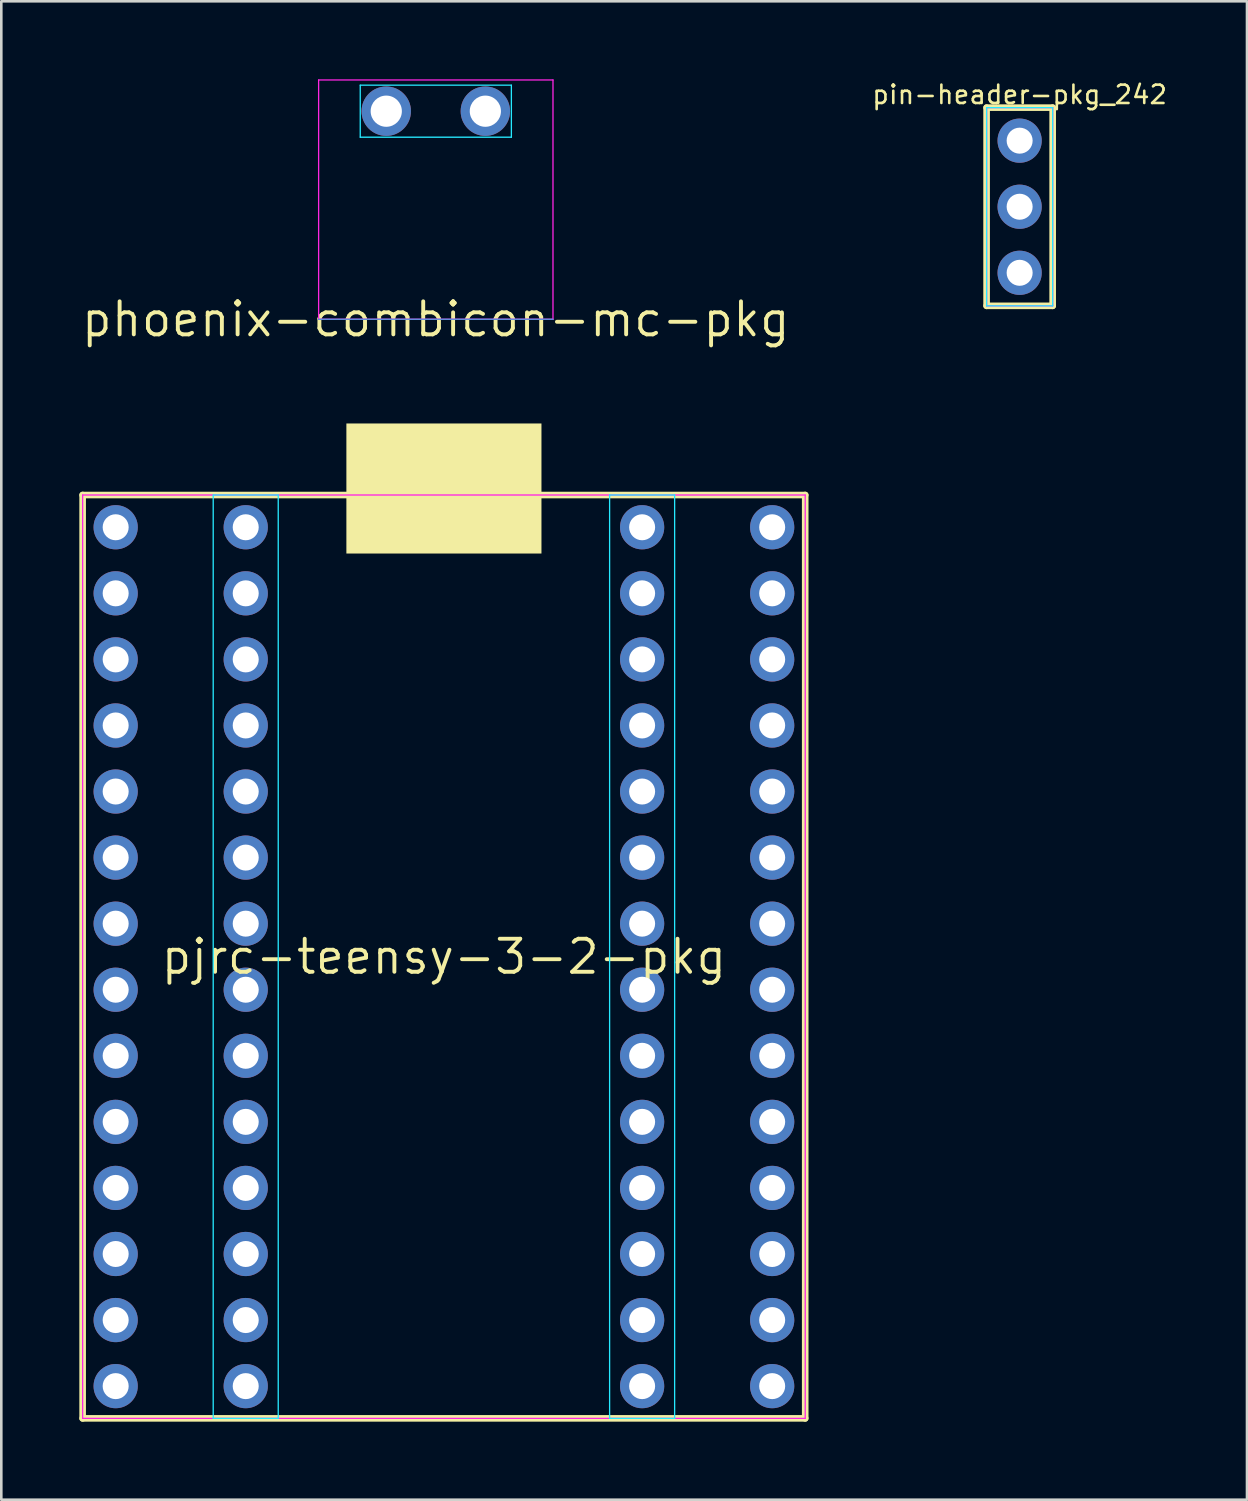
<source format=kicad_pcb>
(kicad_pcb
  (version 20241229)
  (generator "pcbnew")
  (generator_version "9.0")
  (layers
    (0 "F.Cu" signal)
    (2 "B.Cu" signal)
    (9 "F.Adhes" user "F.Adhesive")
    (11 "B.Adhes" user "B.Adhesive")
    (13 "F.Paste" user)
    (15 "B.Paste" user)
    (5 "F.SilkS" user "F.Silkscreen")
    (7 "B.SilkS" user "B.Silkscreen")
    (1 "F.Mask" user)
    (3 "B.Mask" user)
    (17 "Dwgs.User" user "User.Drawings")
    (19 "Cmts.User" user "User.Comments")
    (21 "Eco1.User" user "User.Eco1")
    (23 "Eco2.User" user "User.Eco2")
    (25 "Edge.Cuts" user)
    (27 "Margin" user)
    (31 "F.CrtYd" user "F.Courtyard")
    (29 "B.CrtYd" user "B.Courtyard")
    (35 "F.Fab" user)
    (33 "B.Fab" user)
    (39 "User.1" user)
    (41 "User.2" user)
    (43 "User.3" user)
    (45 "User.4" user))
  (footprint "pin-header-pkg_242"
    (layer "F.Cu")
    (at 36.151 4.898)
    (property "Reference" "pin-header-pkg_242" (at 0 -4.31 0) (layer "F.SilkS") (effects (font (size 0.706 0.706) (thickness 0.1))))
    (attr through_hole)
    (fp_line (start -1.27 -3.81) (end -1.27 3.81) (stroke (width 0.254) (type solid)) (layer "F.SilkS"))
    (fp_line (start -1.27 3.81) (end 1.27 3.81) (stroke (width 0.254) (type solid)) (layer "F.SilkS"))
    (fp_line (start 1.27 -3.81) (end -1.27 -3.81) (stroke (width 0.254) (type solid)) (layer "F.SilkS"))
    (fp_line (start 1.27 3.81) (end 1.27 -3.81) (stroke (width 0.254) (type solid)) (layer "F.SilkS"))
    (fp_line (start -1.27 -3.81) (end -1.27 3.81) (stroke (width 0.05) (type solid)) (layer "B.CrtYd"))
    (fp_line (start -1.27 3.81) (end 1.27 3.81) (stroke (width 0.05) (type solid)) (layer "B.CrtYd"))
    (fp_line (start 1.27 -3.81) (end -1.27 -3.81) (stroke (width 0.05) (type solid)) (layer "B.CrtYd"))
    (fp_line (start 1.27 3.81) (end 1.27 -3.81) (stroke (width 0.05) (type solid)) (layer "B.CrtYd"))
    (fp_line (start -1.27 -3.81) (end -1.27 3.81) (stroke (width 0.05) (type solid)) (layer "F.CrtYd"))
    (fp_line (start -1.27 3.81) (end 1.27 3.81) (stroke (width 0.05) (type solid)) (layer "F.CrtYd"))
    (fp_line (start 1.27 -3.81) (end -1.27 -3.81) (stroke (width 0.05) (type solid)) (layer "F.CrtYd"))
    (fp_line (start 1.27 3.81) (end 1.27 -3.81) (stroke (width 0.05) (type solid)) (layer "F.CrtYd"))
    (pad "1" thru_hole circle (at 0 -2.54) (size 1.7 1.7) (drill 1) (layers "*.Cu" "*.Mask"))
    (pad "2" thru_hole circle (at 0 0) (size 1.7 1.7) (drill 1) (layers "*.Cu" "*.Mask"))
    (pad "3" thru_hole circle (at 0 2.54) (size 1.7 1.7) (drill 1) (layers "*.Cu" "*.Mask")))
  (footprint "pjrc-teensy-3-2-pkg"
    (layer "F.Cu")
    (at 14.017 33.731)
    (property "Reference" "pjrc-teensy-3-2-pkg" (at 0 0 0) (layer "F.SilkS") (effects (font (size 1.27 1.27) (thickness 0.15))))
    (attr through_hole)
    (fp_line (start -13.89 -17.75) (end -13.89 17.75) (stroke (width 0.254) (type solid)) (layer "F.SilkS"))
    (fp_line (start -13.89 17.75) (end 13.89 17.75) (stroke (width 0.254) (type solid)) (layer "F.SilkS"))
    (fp_line (start 13.89 -17.75) (end -13.89 -17.75) (stroke (width 0.254) (type solid)) (layer "F.SilkS"))
    (fp_line (start 13.89 17.75) (end 13.89 -17.75) (stroke (width 0.254) (type solid)) (layer "F.SilkS"))
    (fp_poly (pts (xy -3.75 -15.5) (xy 3.75 -15.5) (xy 3.75 -20.5) (xy -3.75 -20.5)) (stroke (width 0) (type solid)) (fill yes) (layer "F.SilkS"))
    (fp_line (start -8.87 -17.75) (end -8.87 17.75) (stroke (width 0.05) (type solid)) (layer "B.CrtYd"))
    (fp_line (start -8.87 17.75) (end -6.37 17.75) (stroke (width 0.05) (type solid)) (layer "B.CrtYd"))
    (fp_line (start -6.37 -17.75) (end -8.87 -17.75) (stroke (width 0.05) (type solid)) (layer "B.CrtYd"))
    (fp_line (start -6.37 17.75) (end -6.37 -17.75) (stroke (width 0.05) (type solid)) (layer "B.CrtYd"))
    (fp_line (start 6.37 -17.75) (end 6.37 17.75) (stroke (width 0.05) (type solid)) (layer "B.CrtYd"))
    (fp_line (start 6.37 17.75) (end 8.87 17.75) (stroke (width 0.05) (type solid)) (layer "B.CrtYd"))
    (fp_line (start 8.87 -17.75) (end 6.37 -17.75) (stroke (width 0.05) (type solid)) (layer "B.CrtYd"))
    (fp_line (start 8.87 17.75) (end 8.87 -17.75) (stroke (width 0.05) (type solid)) (layer "B.CrtYd"))
    (fp_line (start -13.89 -17.75) (end -13.89 17.75) (stroke (width 0.05) (type solid)) (layer "F.CrtYd"))
    (fp_line (start -13.89 17.75) (end 13.89 17.75) (stroke (width 0.05) (type solid)) (layer "F.CrtYd"))
    (fp_line (start 13.89 -17.75) (end -13.89 -17.75) (stroke (width 0.05) (type solid)) (layer "F.CrtYd"))
    (fp_line (start 13.89 17.75) (end 13.89 -17.75) (stroke (width 0.05) (type solid)) (layer "F.CrtYd"))
    (pad "1" thru_hole circle (at -7.62 -16.51 90) (size 1.7 1.7) (drill 1) (layers "*.Cu" "*.Mask"))
    (pad "2" thru_hole circle (at -7.62 -13.97 90) (size 1.7 1.7) (drill 1) (layers "*.Cu" "*.Mask"))
    (pad "3" thru_hole circle (at -7.62 -11.43 90) (size 1.7 1.7) (drill 1) (layers "*.Cu" "*.Mask"))
    (pad "4" thru_hole circle (at -7.62 -8.89 90) (size 1.7 1.7) (drill 1) (layers "*.Cu" "*.Mask"))
    (pad "5" thru_hole circle (at -7.62 -6.35 90) (size 1.7 1.7) (drill 1) (layers "*.Cu" "*.Mask"))
    (pad "6" thru_hole circle (at -7.62 -3.81 90) (size 1.7 1.7) (drill 1) (layers "*.Cu" "*.Mask"))
    (pad "7" thru_hole circle (at -7.62 -1.27 90) (size 1.7 1.7) (drill 1) (layers "*.Cu" "*.Mask"))
    (pad "8" thru_hole circle (at -7.62 1.27 90) (size 1.7 1.7) (drill 1) (layers "*.Cu" "*.Mask"))
    (pad "9" thru_hole circle (at -7.62 3.81 90) (size 1.7 1.7) (drill 1) (layers "*.Cu" "*.Mask"))
    (pad "10" thru_hole circle (at -7.62 6.35 90) (size 1.7 1.7) (drill 1) (layers "*.Cu" "*.Mask"))
    (pad "11" thru_hole circle (at -7.62 8.89 90) (size 1.7 1.7) (drill 1) (layers "*.Cu" "*.Mask"))
    (pad "12" thru_hole circle (at -7.62 11.43 90) (size 1.7 1.7) (drill 1) (layers "*.Cu" "*.Mask"))
    (pad "13" thru_hole circle (at -7.62 13.97 90) (size 1.7 1.7) (drill 1) (layers "*.Cu" "*.Mask"))
    (pad "14" thru_hole circle (at -7.62 16.51 90) (size 1.7 1.7) (drill 1) (layers "*.Cu" "*.Mask"))
    (pad "15" thru_hole circle (at 7.62 16.51 270) (size 1.7 1.7) (drill 1) (layers "*.Cu" "*.Mask"))
    (pad "16" thru_hole circle (at 7.62 13.97 270) (size 1.7 1.7) (drill 1) (layers "*.Cu" "*.Mask"))
    (pad "17" thru_hole circle (at 7.62 11.43 270) (size 1.7 1.7) (drill 1) (layers "*.Cu" "*.Mask"))
    (pad "18" thru_hole circle (at 7.62 8.89 270) (size 1.7 1.7) (drill 1) (layers "*.Cu" "*.Mask"))
    (pad "19" thru_hole circle (at 7.62 6.35 270) (size 1.7 1.7) (drill 1) (layers "*.Cu" "*.Mask"))
    (pad "20" thru_hole circle (at 7.62 3.81 270) (size 1.7 1.7) (drill 1) (layers "*.Cu" "*.Mask"))
    (pad "21" thru_hole circle (at 7.62 1.27 270) (size 1.7 1.7) (drill 1) (layers "*.Cu" "*.Mask"))
    (pad "22" thru_hole circle (at 7.62 -1.27 270) (size 1.7 1.7) (drill 1) (layers "*.Cu" "*.Mask"))
    (pad "23" thru_hole circle (at 7.62 -3.81 270) (size 1.7 1.7) (drill 1) (layers "*.Cu" "*.Mask"))
    (pad "24" thru_hole circle (at 7.62 -6.35 270) (size 1.7 1.7) (drill 1) (layers "*.Cu" "*.Mask"))
    (pad "25" thru_hole circle (at 7.62 -8.89 270) (size 1.7 1.7) (drill 1) (layers "*.Cu" "*.Mask"))
    (pad "26" thru_hole circle (at 7.62 -11.43 270) (size 1.7 1.7) (drill 1) (layers "*.Cu" "*.Mask"))
    (pad "27" thru_hole circle (at 7.62 -13.97 270) (size 1.7 1.7) (drill 1) (layers "*.Cu" "*.Mask"))
    (pad "28" thru_hole circle (at 7.62 -16.51 270) (size 1.7 1.7) (drill 1) (layers "*.Cu" "*.Mask"))
    (pad "29" thru_hole circle (at -12.62 -16.51 90) (size 1.7 1.7) (drill 1) (layers "*.Cu" "*.Mask"))
    (pad "30" thru_hole circle (at -12.62 -13.97 90) (size 1.7 1.7) (drill 1) (layers "*.Cu" "*.Mask"))
    (pad "31" thru_hole circle (at -12.62 -11.43 90) (size 1.7 1.7) (drill 1) (layers "*.Cu" "*.Mask"))
    (pad "32" thru_hole circle (at -12.62 -8.89 90) (size 1.7 1.7) (drill 1) (layers "*.Cu" "*.Mask"))
    (pad "33" thru_hole circle (at -12.62 -6.35 90) (size 1.7 1.7) (drill 1) (layers "*.Cu" "*.Mask"))
    (pad "34" thru_hole circle (at -12.62 -3.81 90) (size 1.7 1.7) (drill 1) (layers "*.Cu" "*.Mask"))
    (pad "35" thru_hole circle (at -12.62 -1.27 90) (size 1.7 1.7) (drill 1) (layers "*.Cu" "*.Mask"))
    (pad "36" thru_hole circle (at -12.62 1.27 90) (size 1.7 1.7) (drill 1) (layers "*.Cu" "*.Mask"))
    (pad "37" thru_hole circle (at -12.62 3.81 90) (size 1.7 1.7) (drill 1) (layers "*.Cu" "*.Mask"))
    (pad "38" thru_hole circle (at -12.62 6.35 90) (size 1.7 1.7) (drill 1) (layers "*.Cu" "*.Mask"))
    (pad "39" thru_hole circle (at -12.62 8.89 90) (size 1.7 1.7) (drill 1) (layers "*.Cu" "*.Mask"))
    (pad "40" thru_hole circle (at -12.62 11.43 90) (size 1.7 1.7) (drill 1) (layers "*.Cu" "*.Mask"))
    (pad "41" thru_hole circle (at -12.62 13.97 90) (size 1.7 1.7) (drill 1) (layers "*.Cu" "*.Mask"))
    (pad "42" thru_hole circle (at -12.62 16.51 90) (size 1.7 1.7) (drill 1) (layers "*.Cu" "*.Mask"))
    (pad "43" thru_hole circle (at 12.62 16.51 270) (size 1.7 1.7) (drill 1) (layers "*.Cu" "*.Mask"))
    (pad "44" thru_hole circle (at 12.62 13.97 270) (size 1.7 1.7) (drill 1) (layers "*.Cu" "*.Mask"))
    (pad "45" thru_hole circle (at 12.62 11.43 270) (size 1.7 1.7) (drill 1) (layers "*.Cu" "*.Mask"))
    (pad "46" thru_hole circle (at 12.62 8.89 270) (size 1.7 1.7) (drill 1) (layers "*.Cu" "*.Mask"))
    (pad "47" thru_hole circle (at 12.62 6.35 270) (size 1.7 1.7) (drill 1) (layers "*.Cu" "*.Mask"))
    (pad "48" thru_hole circle (at 12.62 3.81 270) (size 1.7 1.7) (drill 1) (layers "*.Cu" "*.Mask"))
    (pad "49" thru_hole circle (at 12.62 1.27 270) (size 1.7 1.7) (drill 1) (layers "*.Cu" "*.Mask"))
    (pad "50" thru_hole circle (at 12.62 -1.27 270) (size 1.7 1.7) (drill 1) (layers "*.Cu" "*.Mask"))
    (pad "51" thru_hole circle (at 12.62 -3.81 270) (size 1.7 1.7) (drill 1) (layers "*.Cu" "*.Mask"))
    (pad "52" thru_hole circle (at 12.62 -6.35 270) (size 1.7 1.7) (drill 1) (layers "*.Cu" "*.Mask"))
    (pad "53" thru_hole circle (at 12.62 -8.89 270) (size 1.7 1.7) (drill 1) (layers "*.Cu" "*.Mask"))
    (pad "54" thru_hole circle (at 12.62 -11.43 270) (size 1.7 1.7) (drill 1) (layers "*.Cu" "*.Mask"))
    (pad "55" thru_hole circle (at 12.62 -13.97 270) (size 1.7 1.7) (drill 1) (layers "*.Cu" "*.Mask"))
    (pad "56" thru_hole circle (at 12.62 -16.51 270) (size 1.7 1.7) (drill 1) (layers "*.Cu" "*.Mask")))
  (footprint "phoenix-combicon-mc-pkg"
    (layer "F.Cu")
    (at 13.705 9.225)
    (property "Reference" "phoenix-combicon-mc-pkg" (at 0 0 0) (layer "F.SilkS") (effects (font (size 1.27 1.27) (thickness 0.15))))
    (attr through_hole)
    (fp_line (start -4.505 0) (end 4.505 0) (stroke (width 0.05) (type solid)) (layer "Cmts.User"))
    (fp_line (start -2.905 -9) (end -2.905 -7) (stroke (width 0.05) (type solid)) (layer "B.CrtYd"))
    (fp_line (start -2.905 -7) (end 2.905 -7) (stroke (width 0.05) (type solid)) (layer "B.CrtYd"))
    (fp_line (start 2.905 -9) (end -2.905 -9) (stroke (width 0.05) (type solid)) (layer "B.CrtYd"))
    (fp_line (start 2.905 -7) (end 2.905 -9) (stroke (width 0.05) (type solid)) (layer "B.CrtYd"))
    (fp_line (start -4.505 -9.2) (end -4.505 0) (stroke (width 0.05) (type solid)) (layer "F.CrtYd"))
    (fp_line (start -4.505 0) (end 4.505 0) (stroke (width 0.05) (type solid)) (layer "F.CrtYd"))
    (fp_line (start 4.505 -9.2) (end -4.505 -9.2) (stroke (width 0.05) (type solid)) (layer "F.CrtYd"))
    (fp_line (start 4.505 0) (end 4.505 -9.2) (stroke (width 0.05) (type solid)) (layer "F.CrtYd"))
    (pad "1" thru_hole circle (at -1.905 -8) (size 1.9 1.9) (drill 1.2) (layers "*.Cu" "*.Mask"))
    (pad "2" thru_hole circle (at 1.905 -8) (size 1.9 1.9) (drill 1.2) (layers "*.Cu" "*.Mask")))
  (gr_rect
    (start -3 -3)
    (end 44.892 54.608)
    (stroke (width 0.1) (type default))
    (fill no)
    (layer "Edge.Cuts")))
</source>
